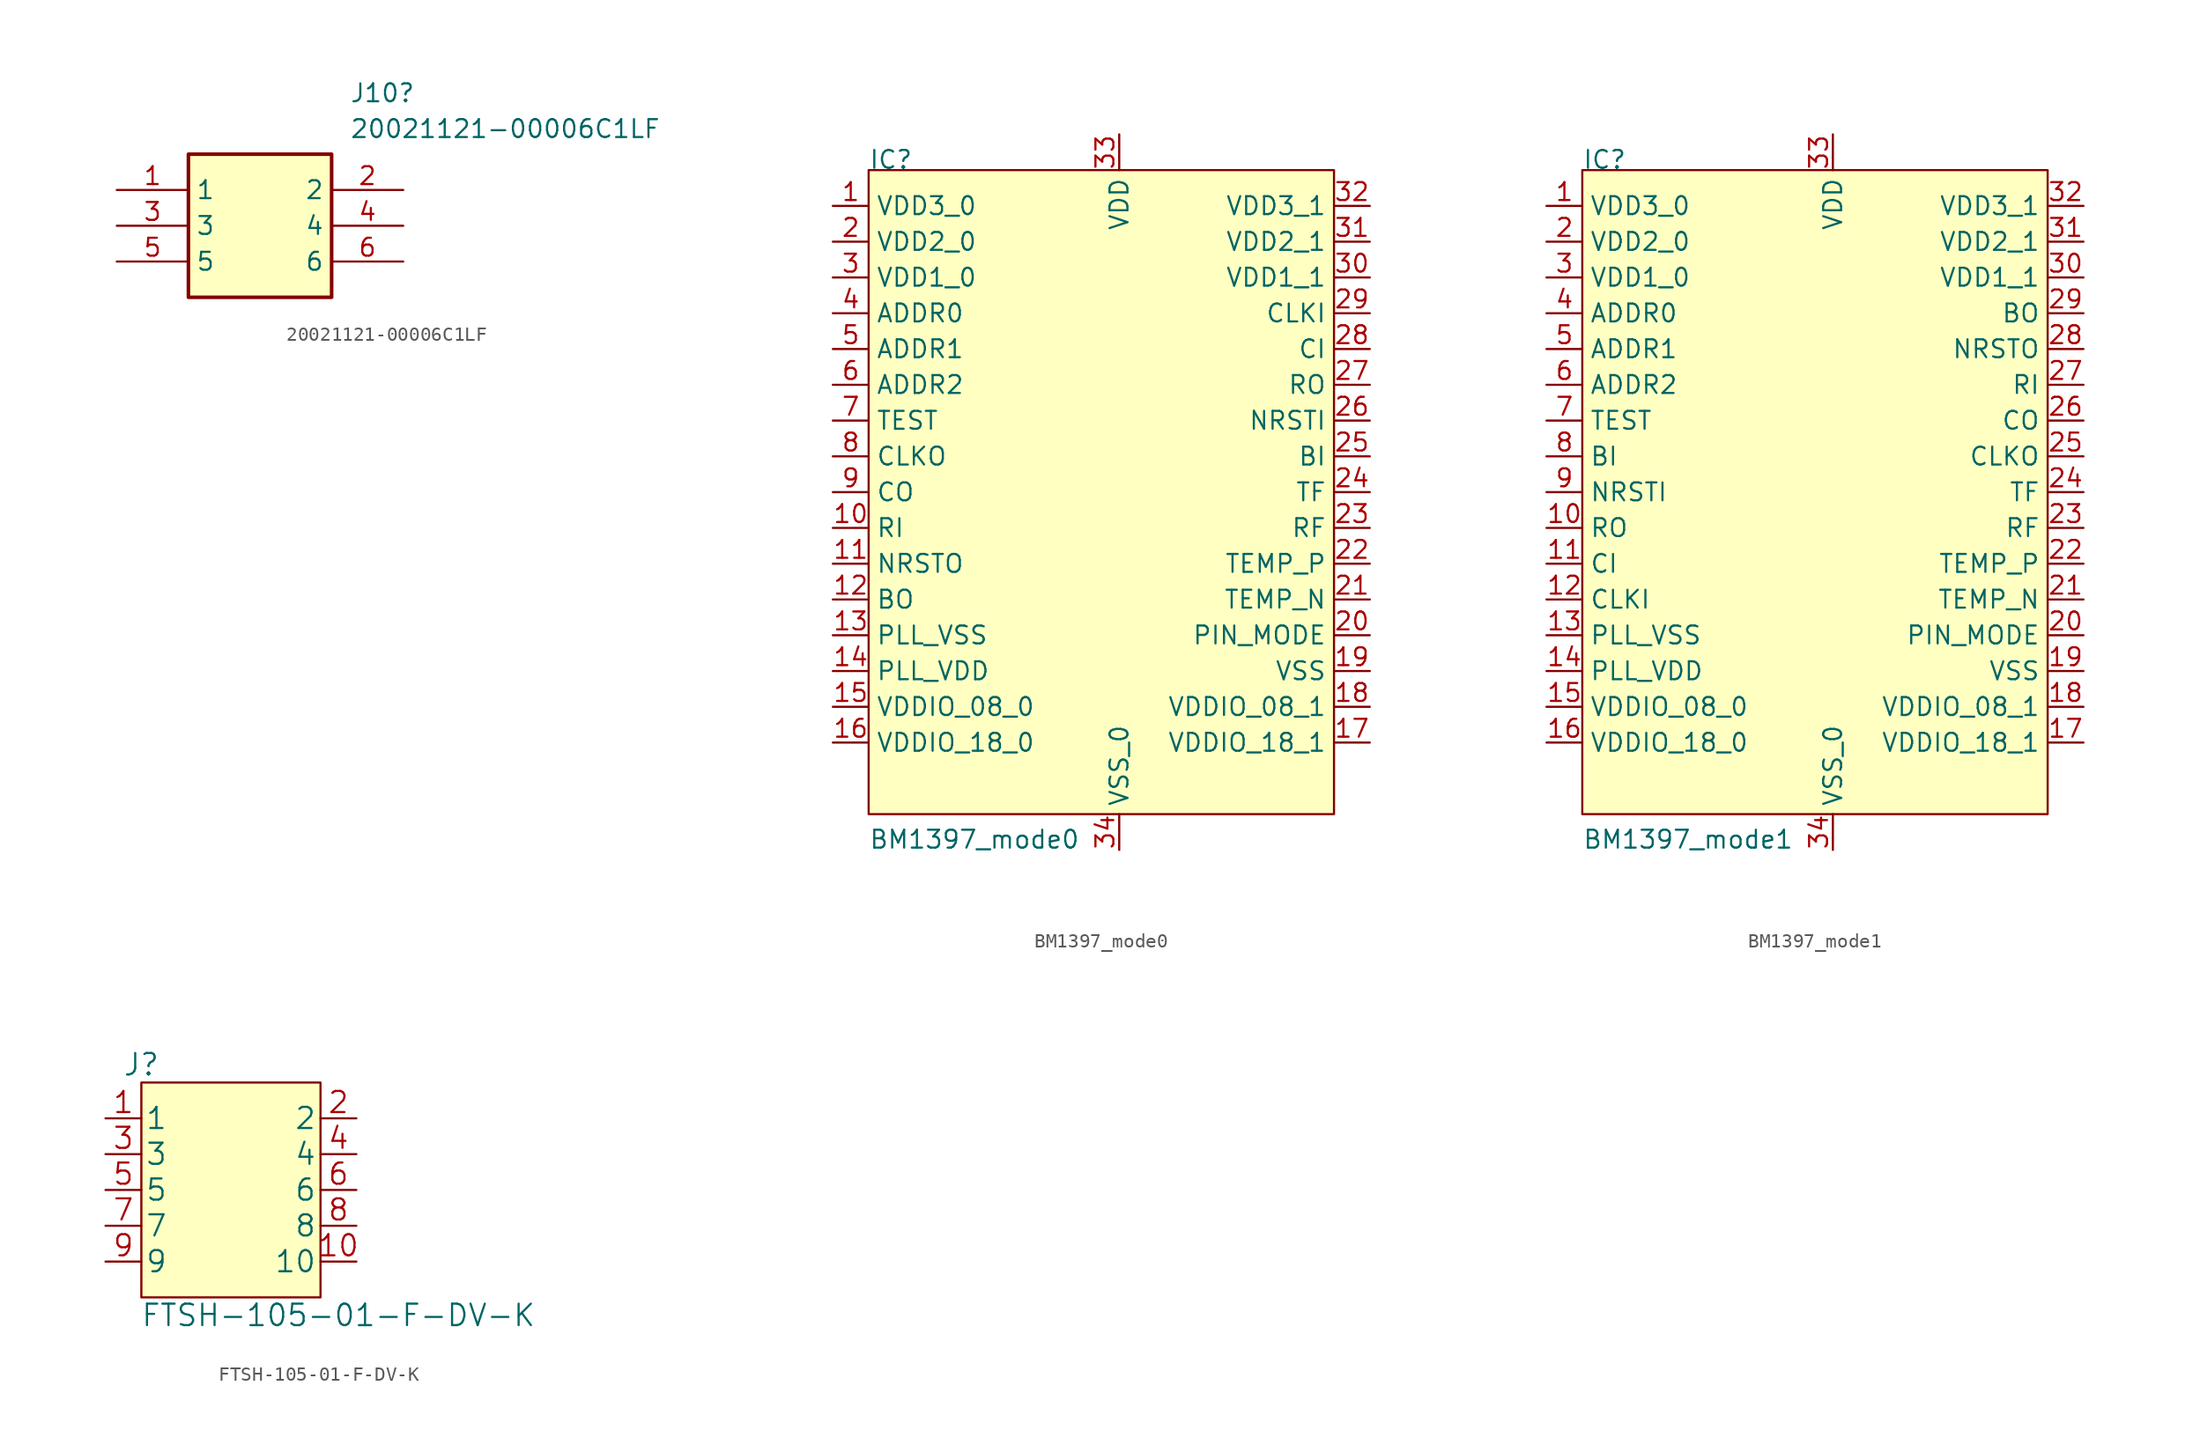
<source format=kicad_sym>
(kicad_symbol_lib
  (version 20220914)
  (generator kicad_symbol_editor)
  (symbol "20021121-00006C1LF"
    (property "Reference" "J10"
      (at 16.51 7.62 0)
      (effects (font (size 1.27 1.27)) (justify left top)))
    (property "Value" "20021121-00006C1LF"
      (at 16.51 5.08 0)
      (effects (font (size 1.27 1.27)) (justify left top)))
    (symbol "20021121-00006C1LF_1_1"
      (rectangle (start 5.08 2.54) (end 15.24 -7.62) (stroke (width 0.254) (type default)) (fill (type background)))
      (pin passive line (at 0 0 0) (length 5.08) (name "1" (effects (font (size 1.27 1.27)))) (number "1" (effects (font (size 1.27 1.27)))))
      (pin passive line (at 20.32 0 180) (length 5.08) (name "2" (effects (font (size 1.27 1.27)))) (number "2" (effects (font (size 1.27 1.27)))))
      (pin passive line (at 0 -2.54 0) (length 5.08) (name "3" (effects (font (size 1.27 1.27)))) (number "3" (effects (font (size 1.27 1.27)))))
      (pin passive line (at 20.32 -2.54 180) (length 5.08) (name "4" (effects (font (size 1.27 1.27)))) (number "4" (effects (font (size 1.27 1.27)))))
      (pin passive line (at 0 -5.08 0) (length 5.08) (name "5" (effects (font (size 1.27 1.27)))) (number "5" (effects (font (size 1.27 1.27)))))
      (pin passive line (at 20.32 -5.08 180) (length 5.08) (name "6" (effects (font (size 1.27 1.27)))) (number "6" (effects (font (size 1.27 1.27)))))))
  (symbol "BM1397_mode0"
    (property "Reference" "IC"
      (at -17.78 17.78 0)
      (effects (font (size 1.27 1.27)) (justify left bottom)))
    (property "Value" "BM1397_mode0"
      (at -17.78 -30.48 0)
      (effects (font (size 1.27 1.27)) (justify left bottom)))
    (property "ki_locked" ""
      (at 0 0 0)
      (effects (font (size 1.27 1.27))))
    (symbol "BM1397_mode0_1_0"
      (pin bidirectional line (at -20.32 15.24 0) (length 2.54) (name "VDD3_0" (effects (font (size 1.27 1.27)))) (number "1" (effects (font (size 1.27 1.27)))))
      (pin bidirectional line (at -20.32 -7.62 0) (length 2.54) (name "RI" (effects (font (size 1.27 1.27)))) (number "10" (effects (font (size 1.27 1.27)))))
      (pin bidirectional line (at -20.32 -10.16 0) (length 2.54) (name "NRSTO" (effects (font (size 1.27 1.27)))) (number "11" (effects (font (size 1.27 1.27)))))
      (pin bidirectional line (at -20.32 -12.7 0) (length 2.54) (name "BO" (effects (font (size 1.27 1.27)))) (number "12" (effects (font (size 1.27 1.27)))))
      (pin bidirectional line (at -20.32 -15.24 0) (length 2.54) (name "PLL_VSS" (effects (font (size 1.27 1.27)))) (number "13" (effects (font (size 1.27 1.27)))))
      (pin bidirectional line (at -20.32 -17.78 0) (length 2.54) (name "PLL_VDD" (effects (font (size 1.27 1.27)))) (number "14" (effects (font (size 1.27 1.27)))))
      (pin bidirectional line (at -20.32 -20.32 0) (length 2.54) (name "VDDIO_08_0" (effects (font (size 1.27 1.27)))) (number "15" (effects (font (size 1.27 1.27)))))
      (pin bidirectional line (at -20.32 -22.86 0) (length 2.54) (name "VDDIO_18_0" (effects (font (size 1.27 1.27)))) (number "16" (effects (font (size 1.27 1.27)))))
      (pin bidirectional line (at 17.78 -22.86 180) (length 2.54) (name "VDDIO_18_1" (effects (font (size 1.27 1.27)))) (number "17" (effects (font (size 1.27 1.27)))))
      (pin bidirectional line (at 17.78 -20.32 180) (length 2.54) (name "VDDIO_08_1" (effects (font (size 1.27 1.27)))) (number "18" (effects (font (size 1.27 1.27)))))
      (pin bidirectional line (at 17.78 -17.78 180) (length 2.54) (name "VSS" (effects (font (size 1.27 1.27)))) (number "19" (effects (font (size 1.27 1.27)))))
      (pin bidirectional line (at -20.32 12.7 0) (length 2.54) (name "VDD2_0" (effects (font (size 1.27 1.27)))) (number "2" (effects (font (size 1.27 1.27)))))
      (pin bidirectional line (at 17.78 -15.24 180) (length 2.54) (name "PIN_MODE" (effects (font (size 1.27 1.27)))) (number "20" (effects (font (size 1.27 1.27)))))
      (pin bidirectional line (at 17.78 -12.7 180) (length 2.54) (name "TEMP_N" (effects (font (size 1.27 1.27)))) (number "21" (effects (font (size 1.27 1.27)))))
      (pin bidirectional line (at 17.78 -10.16 180) (length 2.54) (name "TEMP_P" (effects (font (size 1.27 1.27)))) (number "22" (effects (font (size 1.27 1.27)))))
      (pin bidirectional line (at 17.78 -7.62 180) (length 2.54) (name "RF" (effects (font (size 1.27 1.27)))) (number "23" (effects (font (size 1.27 1.27)))))
      (pin bidirectional line (at 17.78 -5.08 180) (length 2.54) (name "TF" (effects (font (size 1.27 1.27)))) (number "24" (effects (font (size 1.27 1.27)))))
      (pin bidirectional line (at 17.78 -2.54 180) (length 2.54) (name "BI" (effects (font (size 1.27 1.27)))) (number "25" (effects (font (size 1.27 1.27)))))
      (pin bidirectional line (at 17.78 0 180) (length 2.54) (name "NRSTI" (effects (font (size 1.27 1.27)))) (number "26" (effects (font (size 1.27 1.27)))))
      (pin bidirectional line (at 17.78 2.54 180) (length 2.54) (name "RO" (effects (font (size 1.27 1.27)))) (number "27" (effects (font (size 1.27 1.27)))))
      (pin bidirectional line (at 17.78 5.08 180) (length 2.54) (name "CI" (effects (font (size 1.27 1.27)))) (number "28" (effects (font (size 1.27 1.27)))))
      (pin bidirectional line (at 17.78 7.62 180) (length 2.54) (name "CLKI" (effects (font (size 1.27 1.27)))) (number "29" (effects (font (size 1.27 1.27)))))
      (pin bidirectional line (at -20.32 10.16 0) (length 2.54) (name "VDD1_0" (effects (font (size 1.27 1.27)))) (number "3" (effects (font (size 1.27 1.27)))))
      (pin bidirectional line (at 17.78 10.16 180) (length 2.54) (name "VDD1_1" (effects (font (size 1.27 1.27)))) (number "30" (effects (font (size 1.27 1.27)))))
      (pin bidirectional line (at 17.78 12.7 180) (length 2.54) (name "VDD2_1" (effects (font (size 1.27 1.27)))) (number "31" (effects (font (size 1.27 1.27)))))
      (pin bidirectional line (at 17.78 15.24 180) (length 2.54) (name "VDD3_1" (effects (font (size 1.27 1.27)))) (number "32" (effects (font (size 1.27 1.27)))))
      (pin bidirectional line (at 0 20.32 270) (length 2.54) (name "VDD" (effects (font (size 1.27 1.27)))) (number "33" (effects (font (size 1.27 1.27)))))
      (pin bidirectional line (at 0 -30.48 90) (length 2.54) (name "VSS_0" (effects (font (size 1.27 1.27)))) (number "34" (effects (font (size 1.27 1.27)))))
      (pin bidirectional line (at -20.32 7.62 0) (length 2.54) (name "ADDR0" (effects (font (size 1.27 1.27)))) (number "4" (effects (font (size 1.27 1.27)))))
      (pin bidirectional line (at -20.32 5.08 0) (length 2.54) (name "ADDR1" (effects (font (size 1.27 1.27)))) (number "5" (effects (font (size 1.27 1.27)))))
      (pin bidirectional line (at -20.32 2.54 0) (length 2.54) (name "ADDR2" (effects (font (size 1.27 1.27)))) (number "6" (effects (font (size 1.27 1.27)))))
      (pin bidirectional line (at -20.32 0 0) (length 2.54) (name "TEST" (effects (font (size 1.27 1.27)))) (number "7" (effects (font (size 1.27 1.27)))))
      (pin bidirectional line (at -20.32 -2.54 0) (length 2.54) (name "CLKO" (effects (font (size 1.27 1.27)))) (number "8" (effects (font (size 1.27 1.27)))))
      (pin bidirectional line (at -20.32 -5.08 0) (length 2.54) (name "CO" (effects (font (size 1.27 1.27)))) (number "9" (effects (font (size 1.27 1.27))))))
    (symbol "BM1397_mode0_1_1"
      (rectangle (start -17.78 17.78) (end 15.24 -27.94) (stroke (width 0.152) (type default)) (fill (type background)))))
  (symbol "BM1397_mode1"
    (property "Reference" "IC"
      (at -17.78 17.78 0)
      (effects (font (size 1.27 1.27)) (justify left bottom)))
    (property "Value" "BM1397_mode1"
      (at -17.78 -30.48 0)
      (effects (font (size 1.27 1.27)) (justify left bottom)))
    (property "ki_locked" ""
      (at 0 0 0)
      (effects (font (size 1.27 1.27))))
    (symbol "BM1397_mode1_1_0"
      (pin bidirectional line (at -20.32 15.24 0) (length 2.54) (name "VDD3_0" (effects (font (size 1.27 1.27)))) (number "1" (effects (font (size 1.27 1.27)))))
      (pin bidirectional line (at -20.32 -7.62 0) (length 2.54) (name "RO" (effects (font (size 1.27 1.27)))) (number "10" (effects (font (size 1.27 1.27)))))
      (pin bidirectional line (at -20.32 -10.16 0) (length 2.54) (name "CI" (effects (font (size 1.27 1.27)))) (number "11" (effects (font (size 1.27 1.27)))))
      (pin bidirectional line (at -20.32 -12.7 0) (length 2.54) (name "CLKI" (effects (font (size 1.27 1.27)))) (number "12" (effects (font (size 1.27 1.27)))))
      (pin bidirectional line (at -20.32 -15.24 0) (length 2.54) (name "PLL_VSS" (effects (font (size 1.27 1.27)))) (number "13" (effects (font (size 1.27 1.27)))))
      (pin bidirectional line (at -20.32 -17.78 0) (length 2.54) (name "PLL_VDD" (effects (font (size 1.27 1.27)))) (number "14" (effects (font (size 1.27 1.27)))))
      (pin bidirectional line (at -20.32 -20.32 0) (length 2.54) (name "VDDIO_08_0" (effects (font (size 1.27 1.27)))) (number "15" (effects (font (size 1.27 1.27)))))
      (pin bidirectional line (at -20.32 -22.86 0) (length 2.54) (name "VDDIO_18_0" (effects (font (size 1.27 1.27)))) (number "16" (effects (font (size 1.27 1.27)))))
      (pin bidirectional line (at 17.78 -22.86 180) (length 2.54) (name "VDDIO_18_1" (effects (font (size 1.27 1.27)))) (number "17" (effects (font (size 1.27 1.27)))))
      (pin bidirectional line (at 17.78 -20.32 180) (length 2.54) (name "VDDIO_08_1" (effects (font (size 1.27 1.27)))) (number "18" (effects (font (size 1.27 1.27)))))
      (pin bidirectional line (at 17.78 -17.78 180) (length 2.54) (name "VSS" (effects (font (size 1.27 1.27)))) (number "19" (effects (font (size 1.27 1.27)))))
      (pin bidirectional line (at -20.32 12.7 0) (length 2.54) (name "VDD2_0" (effects (font (size 1.27 1.27)))) (number "2" (effects (font (size 1.27 1.27)))))
      (pin bidirectional line (at 17.78 -15.24 180) (length 2.54) (name "PIN_MODE" (effects (font (size 1.27 1.27)))) (number "20" (effects (font (size 1.27 1.27)))))
      (pin bidirectional line (at 17.78 -12.7 180) (length 2.54) (name "TEMP_N" (effects (font (size 1.27 1.27)))) (number "21" (effects (font (size 1.27 1.27)))))
      (pin bidirectional line (at 17.78 -10.16 180) (length 2.54) (name "TEMP_P" (effects (font (size 1.27 1.27)))) (number "22" (effects (font (size 1.27 1.27)))))
      (pin bidirectional line (at 17.78 -7.62 180) (length 2.54) (name "RF" (effects (font (size 1.27 1.27)))) (number "23" (effects (font (size 1.27 1.27)))))
      (pin bidirectional line (at 17.78 -5.08 180) (length 2.54) (name "TF" (effects (font (size 1.27 1.27)))) (number "24" (effects (font (size 1.27 1.27)))))
      (pin bidirectional line (at 17.78 -2.54 180) (length 2.54) (name "CLKO" (effects (font (size 1.27 1.27)))) (number "25" (effects (font (size 1.27 1.27)))))
      (pin bidirectional line (at 17.78 0 180) (length 2.54) (name "CO" (effects (font (size 1.27 1.27)))) (number "26" (effects (font (size 1.27 1.27)))))
      (pin bidirectional line (at 17.78 2.54 180) (length 2.54) (name "RI" (effects (font (size 1.27 1.27)))) (number "27" (effects (font (size 1.27 1.27)))))
      (pin bidirectional line (at 17.78 5.08 180) (length 2.54) (name "NRSTO" (effects (font (size 1.27 1.27)))) (number "28" (effects (font (size 1.27 1.27)))))
      (pin bidirectional line (at 17.78 7.62 180) (length 2.54) (name "BO" (effects (font (size 1.27 1.27)))) (number "29" (effects (font (size 1.27 1.27)))))
      (pin bidirectional line (at -20.32 10.16 0) (length 2.54) (name "VDD1_0" (effects (font (size 1.27 1.27)))) (number "3" (effects (font (size 1.27 1.27)))))
      (pin bidirectional line (at 17.78 10.16 180) (length 2.54) (name "VDD1_1" (effects (font (size 1.27 1.27)))) (number "30" (effects (font (size 1.27 1.27)))))
      (pin bidirectional line (at 17.78 12.7 180) (length 2.54) (name "VDD2_1" (effects (font (size 1.27 1.27)))) (number "31" (effects (font (size 1.27 1.27)))))
      (pin bidirectional line (at 17.78 15.24 180) (length 2.54) (name "VDD3_1" (effects (font (size 1.27 1.27)))) (number "32" (effects (font (size 1.27 1.27)))))
      (pin bidirectional line (at 0 20.32 270) (length 2.54) (name "VDD" (effects (font (size 1.27 1.27)))) (number "33" (effects (font (size 1.27 1.27)))))
      (pin bidirectional line (at 0 -30.48 90) (length 2.54) (name "VSS_0" (effects (font (size 1.27 1.27)))) (number "34" (effects (font (size 1.27 1.27)))))
      (pin bidirectional line (at -20.32 7.62 0) (length 2.54) (name "ADDR0" (effects (font (size 1.27 1.27)))) (number "4" (effects (font (size 1.27 1.27)))))
      (pin bidirectional line (at -20.32 5.08 0) (length 2.54) (name "ADDR1" (effects (font (size 1.27 1.27)))) (number "5" (effects (font (size 1.27 1.27)))))
      (pin bidirectional line (at -20.32 2.54 0) (length 2.54) (name "ADDR2" (effects (font (size 1.27 1.27)))) (number "6" (effects (font (size 1.27 1.27)))))
      (pin bidirectional line (at -20.32 0 0) (length 2.54) (name "TEST" (effects (font (size 1.27 1.27)))) (number "7" (effects (font (size 1.27 1.27)))))
      (pin bidirectional line (at -20.32 -2.54 0) (length 2.54) (name "BI" (effects (font (size 1.27 1.27)))) (number "8" (effects (font (size 1.27 1.27)))))
      (pin bidirectional line (at -20.32 -5.08 0) (length 2.54) (name "NRSTI" (effects (font (size 1.27 1.27)))) (number "9" (effects (font (size 1.27 1.27))))))
    (symbol "BM1397_mode1_1_1"
      (rectangle (start -17.78 17.78) (end 15.24 -27.94) (stroke (width 0.152) (type default)) (fill (type background)))))
  (symbol "FTSH-105-01-F-DV-K"
    (pin_names
      (offset 0.254))
    (property "Reference" "J"
      (at 2.54 2.54 0)
      (effects (font (size 1.524 1.524))))
    (property "Value" "FTSH-105-01-F-DV-K"
      (at 16.51 -15.24 0)
      (effects (font (size 1.524 1.524))))
    (symbol "FTSH-105-01-F-DV-K_1_1"
      (rectangle (start 2.54 1.27) (end 15.24 -13.97) (stroke (width 0.152) (type default)) (fill (type background)))
      (pin unspecified line (at 0 -1.27 0) (length 2.54) (name "1" (effects (font (size 1.499 1.499)))) (number "1" (effects (font (size 1.499 1.499)))))
      (pin unspecified line (at 17.78 -11.43 180) (length 2.54) (name "10" (effects (font (size 1.499 1.499)))) (number "10" (effects (font (size 1.499 1.499)))))
      (pin unspecified line (at 17.78 -1.27 180) (length 2.54) (name "2" (effects (font (size 1.499 1.499)))) (number "2" (effects (font (size 1.499 1.499)))))
      (pin unspecified line (at 0 -3.81 0) (length 2.54) (name "3" (effects (font (size 1.499 1.499)))) (number "3" (effects (font (size 1.499 1.499)))))
      (pin unspecified line (at 17.78 -3.81 180) (length 2.54) (name "4" (effects (font (size 1.499 1.499)))) (number "4" (effects (font (size 1.499 1.499)))))
      (pin unspecified line (at 0 -6.35 0) (length 2.54) (name "5" (effects (font (size 1.499 1.499)))) (number "5" (effects (font (size 1.499 1.499)))))
      (pin unspecified line (at 17.78 -6.35 180) (length 2.54) (name "6" (effects (font (size 1.499 1.499)))) (number "6" (effects (font (size 1.499 1.499)))))
      (pin unspecified line (at 0 -8.89 0) (length 2.54) (name "7" (effects (font (size 1.499 1.499)))) (number "7" (effects (font (size 1.499 1.499)))))
      (pin unspecified line (at 17.78 -8.89 180) (length 2.54) (name "8" (effects (font (size 1.499 1.499)))) (number "8" (effects (font (size 1.499 1.499)))))
      (pin unspecified line (at 0 -11.43 0) (length 2.54) (name "9" (effects (font (size 1.499 1.499)))) (number "9" (effects (font (size 1.499 1.499))))))))
</source>
